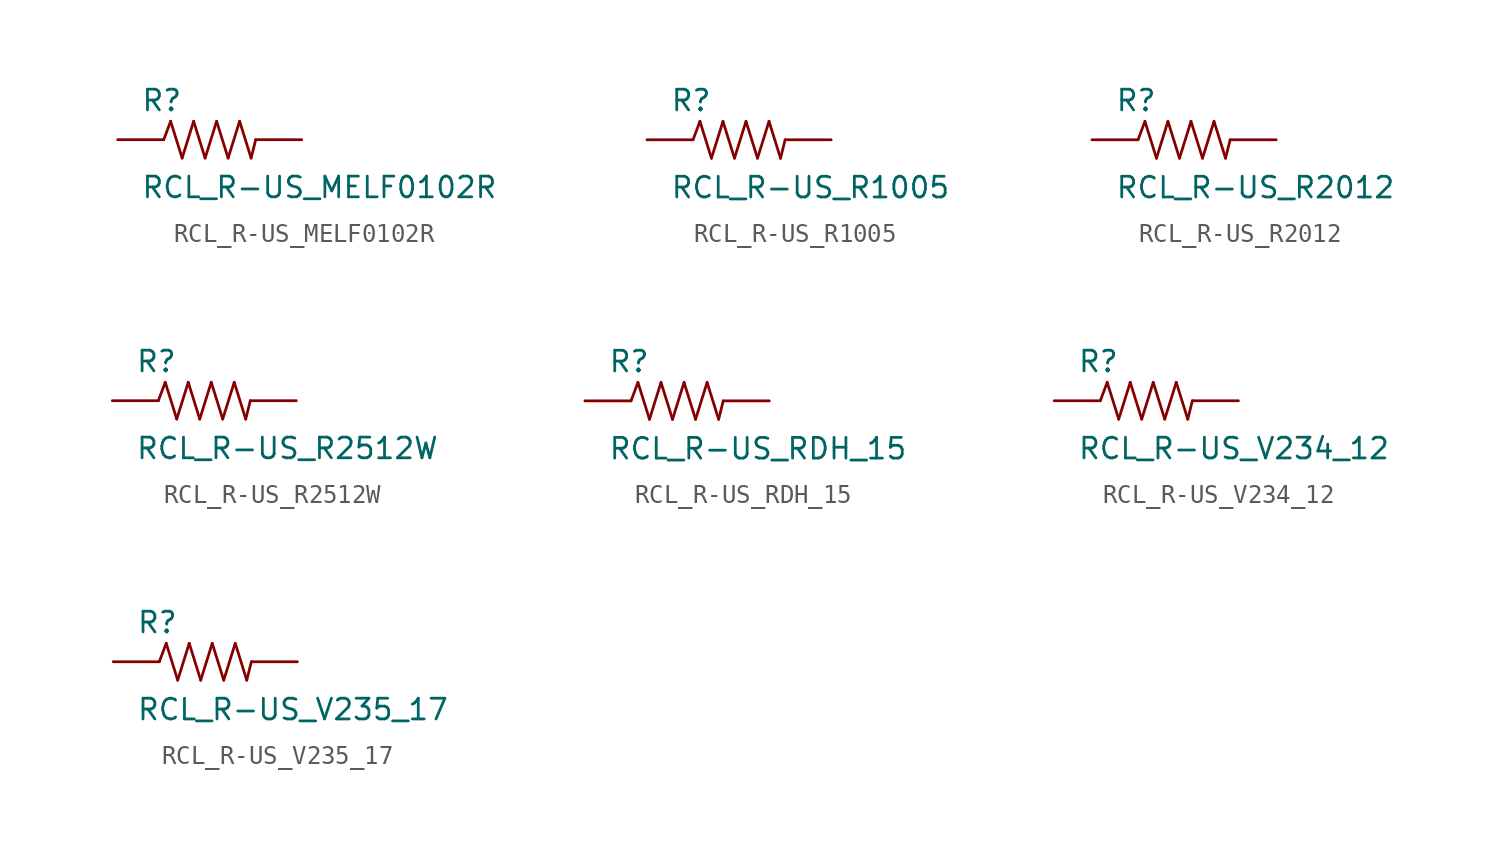
<source format=kicad_sym>
(kicad_symbol_lib
  (version 20210619)
  (generator kicad_symbol_editor)
  (symbol "RCL_R-US_MELF0102R"
    (pin_numbers hide)
    (pin_names
      (offset 1.016) hide)
    (property "Reference" "R"
      (at -3.81 1.499 0)
      (effects (font (size 1.143 1.143)) (justify left bottom)))
    (property "Value" "RCL_R-US_MELF0102R"
      (at -3.81 -3.302 0)
      (effects (font (size 1.143 1.143)) (justify left bottom)))
    (property "ki_locked" ""
      (at 0 0 0)
      (effects (font (size 1.27 1.27))))
    (symbol "RCL_R-US_MELF0102R_1_0"
      (polyline (pts (xy -2.54 0) (xy -2.159 1.016)) (stroke (width 0)) (fill (type none)))
      (polyline (pts (xy -2.159 1.016) (xy -1.524 -1.016)) (stroke (width 0)) (fill (type none)))
      (polyline (pts (xy -1.524 -1.016) (xy -0.889 1.016)) (stroke (width 0)) (fill (type none)))
      (polyline (pts (xy -0.889 1.016) (xy -0.254 -1.016)) (stroke (width 0)) (fill (type none)))
      (polyline (pts (xy -0.254 -1.016) (xy 0.381 1.016)) (stroke (width 0)) (fill (type none)))
      (polyline (pts (xy 0.381 1.016) (xy 1.016 -1.016)) (stroke (width 0)) (fill (type none)))
      (polyline (pts (xy 1.016 -1.016) (xy 1.651 1.016)) (stroke (width 0)) (fill (type none)))
      (polyline (pts (xy 1.651 1.016) (xy 2.286 -1.016)) (stroke (width 0)) (fill (type none)))
      (polyline (pts (xy 2.286 -1.016) (xy 2.54 0)) (stroke (width 0)) (fill (type none))))
    (symbol "RCL_R-US_MELF0102R_1_1"
      (pin passive line (at -5.08 0 0) (length 2.54) (name "1" (effects (font (size 1.016 1.016)))) (number "1" (effects (font (size 1.016 1.016)))))
      (pin passive line (at 5.08 0 180) (length 2.54) (name "2" (effects (font (size 1.016 1.016)))) (number "2" (effects (font (size 1.016 1.016)))))))
  (symbol "RCL_R-US_R1005"
    (pin_numbers hide)
    (pin_names
      (offset 1.016) hide)
    (property "Reference" "R"
      (at -3.81 1.499 0)
      (effects (font (size 1.143 1.143)) (justify left bottom)))
    (property "Value" "RCL_R-US_R1005"
      (at -3.81 -3.302 0)
      (effects (font (size 1.143 1.143)) (justify left bottom)))
    (property "ki_locked" ""
      (at 0 0 0)
      (effects (font (size 1.27 1.27))))
    (symbol "RCL_R-US_R1005_1_0"
      (polyline (pts (xy -2.54 0) (xy -2.159 1.016)) (stroke (width 0)) (fill (type none)))
      (polyline (pts (xy -2.159 1.016) (xy -1.524 -1.016)) (stroke (width 0)) (fill (type none)))
      (polyline (pts (xy -1.524 -1.016) (xy -0.889 1.016)) (stroke (width 0)) (fill (type none)))
      (polyline (pts (xy -0.889 1.016) (xy -0.254 -1.016)) (stroke (width 0)) (fill (type none)))
      (polyline (pts (xy -0.254 -1.016) (xy 0.381 1.016)) (stroke (width 0)) (fill (type none)))
      (polyline (pts (xy 0.381 1.016) (xy 1.016 -1.016)) (stroke (width 0)) (fill (type none)))
      (polyline (pts (xy 1.016 -1.016) (xy 1.651 1.016)) (stroke (width 0)) (fill (type none)))
      (polyline (pts (xy 1.651 1.016) (xy 2.286 -1.016)) (stroke (width 0)) (fill (type none)))
      (polyline (pts (xy 2.286 -1.016) (xy 2.54 0)) (stroke (width 0)) (fill (type none))))
    (symbol "RCL_R-US_R1005_1_1"
      (pin passive line (at -5.08 0 0) (length 2.54) (name "1" (effects (font (size 1.016 1.016)))) (number "1" (effects (font (size 1.016 1.016)))))
      (pin passive line (at 5.08 0 180) (length 2.54) (name "2" (effects (font (size 1.016 1.016)))) (number "2" (effects (font (size 1.016 1.016)))))))
  (symbol "RCL_R-US_R2012"
    (pin_numbers hide)
    (pin_names
      (offset 1.016) hide)
    (property "Reference" "R"
      (at -3.81 1.499 0)
      (effects (font (size 1.143 1.143)) (justify left bottom)))
    (property "Value" "RCL_R-US_R2012"
      (at -3.81 -3.302 0)
      (effects (font (size 1.143 1.143)) (justify left bottom)))
    (property "ki_locked" ""
      (at 0 0 0)
      (effects (font (size 1.27 1.27))))
    (symbol "RCL_R-US_R2012_1_0"
      (polyline (pts (xy -2.54 0) (xy -2.159 1.016)) (stroke (width 0)) (fill (type none)))
      (polyline (pts (xy -2.159 1.016) (xy -1.524 -1.016)) (stroke (width 0)) (fill (type none)))
      (polyline (pts (xy -1.524 -1.016) (xy -0.889 1.016)) (stroke (width 0)) (fill (type none)))
      (polyline (pts (xy -0.889 1.016) (xy -0.254 -1.016)) (stroke (width 0)) (fill (type none)))
      (polyline (pts (xy -0.254 -1.016) (xy 0.381 1.016)) (stroke (width 0)) (fill (type none)))
      (polyline (pts (xy 0.381 1.016) (xy 1.016 -1.016)) (stroke (width 0)) (fill (type none)))
      (polyline (pts (xy 1.016 -1.016) (xy 1.651 1.016)) (stroke (width 0)) (fill (type none)))
      (polyline (pts (xy 1.651 1.016) (xy 2.286 -1.016)) (stroke (width 0)) (fill (type none)))
      (polyline (pts (xy 2.286 -1.016) (xy 2.54 0)) (stroke (width 0)) (fill (type none))))
    (symbol "RCL_R-US_R2012_1_1"
      (pin passive line (at -5.08 0 0) (length 2.54) (name "1" (effects (font (size 1.016 1.016)))) (number "1" (effects (font (size 1.016 1.016)))))
      (pin passive line (at 5.08 0 180) (length 2.54) (name "2" (effects (font (size 1.016 1.016)))) (number "2" (effects (font (size 1.016 1.016)))))))
  (symbol "RCL_R-US_R2512W"
    (pin_numbers hide)
    (pin_names
      (offset 1.016) hide)
    (property "Reference" "R"
      (at -3.81 1.499 0)
      (effects (font (size 1.143 1.143)) (justify left bottom)))
    (property "Value" "RCL_R-US_R2512W"
      (at -3.81 -3.302 0)
      (effects (font (size 1.143 1.143)) (justify left bottom)))
    (property "ki_locked" ""
      (at 0 0 0)
      (effects (font (size 1.27 1.27))))
    (symbol "RCL_R-US_R2512W_1_0"
      (polyline (pts (xy -2.54 0) (xy -2.159 1.016)) (stroke (width 0)) (fill (type none)))
      (polyline (pts (xy -2.159 1.016) (xy -1.524 -1.016)) (stroke (width 0)) (fill (type none)))
      (polyline (pts (xy -1.524 -1.016) (xy -0.889 1.016)) (stroke (width 0)) (fill (type none)))
      (polyline (pts (xy -0.889 1.016) (xy -0.254 -1.016)) (stroke (width 0)) (fill (type none)))
      (polyline (pts (xy -0.254 -1.016) (xy 0.381 1.016)) (stroke (width 0)) (fill (type none)))
      (polyline (pts (xy 0.381 1.016) (xy 1.016 -1.016)) (stroke (width 0)) (fill (type none)))
      (polyline (pts (xy 1.016 -1.016) (xy 1.651 1.016)) (stroke (width 0)) (fill (type none)))
      (polyline (pts (xy 1.651 1.016) (xy 2.286 -1.016)) (stroke (width 0)) (fill (type none)))
      (polyline (pts (xy 2.286 -1.016) (xy 2.54 0)) (stroke (width 0)) (fill (type none))))
    (symbol "RCL_R-US_R2512W_1_1"
      (pin passive line (at -5.08 0 0) (length 2.54) (name "1" (effects (font (size 1.016 1.016)))) (number "1" (effects (font (size 1.016 1.016)))))
      (pin passive line (at 5.08 0 180) (length 2.54) (name "2" (effects (font (size 1.016 1.016)))) (number "2" (effects (font (size 1.016 1.016)))))))
  (symbol "RCL_R-US_RDH_15"
    (pin_numbers hide)
    (pin_names
      (offset 1.016) hide)
    (property "Reference" "R"
      (at -3.81 1.499 0)
      (effects (font (size 1.143 1.143)) (justify left bottom)))
    (property "Value" "RCL_R-US_RDH_15"
      (at -3.81 -3.302 0)
      (effects (font (size 1.143 1.143)) (justify left bottom)))
    (property "ki_locked" ""
      (at 0 0 0)
      (effects (font (size 1.27 1.27))))
    (symbol "RCL_R-US_RDH_15_1_0"
      (polyline (pts (xy -2.54 0) (xy -2.159 1.016)) (stroke (width 0)) (fill (type none)))
      (polyline (pts (xy -2.159 1.016) (xy -1.524 -1.016)) (stroke (width 0)) (fill (type none)))
      (polyline (pts (xy -1.524 -1.016) (xy -0.889 1.016)) (stroke (width 0)) (fill (type none)))
      (polyline (pts (xy -0.889 1.016) (xy -0.254 -1.016)) (stroke (width 0)) (fill (type none)))
      (polyline (pts (xy -0.254 -1.016) (xy 0.381 1.016)) (stroke (width 0)) (fill (type none)))
      (polyline (pts (xy 0.381 1.016) (xy 1.016 -1.016)) (stroke (width 0)) (fill (type none)))
      (polyline (pts (xy 1.016 -1.016) (xy 1.651 1.016)) (stroke (width 0)) (fill (type none)))
      (polyline (pts (xy 1.651 1.016) (xy 2.286 -1.016)) (stroke (width 0)) (fill (type none)))
      (polyline (pts (xy 2.286 -1.016) (xy 2.54 0)) (stroke (width 0)) (fill (type none))))
    (symbol "RCL_R-US_RDH_15_1_1"
      (pin passive line (at -5.08 0 0) (length 2.54) (name "1" (effects (font (size 1.016 1.016)))) (number "1" (effects (font (size 1.016 1.016)))))
      (pin passive line (at 5.08 0 180) (length 2.54) (name "2" (effects (font (size 1.016 1.016)))) (number "2" (effects (font (size 1.016 1.016)))))))
  (symbol "RCL_R-US_V234_12"
    (pin_numbers hide)
    (pin_names
      (offset 1.016) hide)
    (property "Reference" "R"
      (at -3.81 1.499 0)
      (effects (font (size 1.143 1.143)) (justify left bottom)))
    (property "Value" "RCL_R-US_V234_12"
      (at -3.81 -3.302 0)
      (effects (font (size 1.143 1.143)) (justify left bottom)))
    (property "ki_locked" ""
      (at 0 0 0)
      (effects (font (size 1.27 1.27))))
    (symbol "RCL_R-US_V234_12_1_0"
      (polyline (pts (xy -2.54 0) (xy -2.159 1.016)) (stroke (width 0)) (fill (type none)))
      (polyline (pts (xy -2.159 1.016) (xy -1.524 -1.016)) (stroke (width 0)) (fill (type none)))
      (polyline (pts (xy -1.524 -1.016) (xy -0.889 1.016)) (stroke (width 0)) (fill (type none)))
      (polyline (pts (xy -0.889 1.016) (xy -0.254 -1.016)) (stroke (width 0)) (fill (type none)))
      (polyline (pts (xy -0.254 -1.016) (xy 0.381 1.016)) (stroke (width 0)) (fill (type none)))
      (polyline (pts (xy 0.381 1.016) (xy 1.016 -1.016)) (stroke (width 0)) (fill (type none)))
      (polyline (pts (xy 1.016 -1.016) (xy 1.651 1.016)) (stroke (width 0)) (fill (type none)))
      (polyline (pts (xy 1.651 1.016) (xy 2.286 -1.016)) (stroke (width 0)) (fill (type none)))
      (polyline (pts (xy 2.286 -1.016) (xy 2.54 0)) (stroke (width 0)) (fill (type none))))
    (symbol "RCL_R-US_V234_12_1_1"
      (pin passive line (at -5.08 0 0) (length 2.54) (name "1" (effects (font (size 1.016 1.016)))) (number "1" (effects (font (size 1.016 1.016)))))
      (pin passive line (at 5.08 0 180) (length 2.54) (name "2" (effects (font (size 1.016 1.016)))) (number "2" (effects (font (size 1.016 1.016)))))))
  (symbol "RCL_R-US_V235_17"
    (pin_numbers hide)
    (pin_names
      (offset 1.016) hide)
    (property "Reference" "R"
      (at -3.81 1.499 0)
      (effects (font (size 1.143 1.143)) (justify left bottom)))
    (property "Value" "RCL_R-US_V235_17"
      (at -3.81 -3.302 0)
      (effects (font (size 1.143 1.143)) (justify left bottom)))
    (property "ki_locked" ""
      (at 0 0 0)
      (effects (font (size 1.27 1.27))))
    (symbol "RCL_R-US_V235_17_1_0"
      (polyline (pts (xy -2.54 0) (xy -2.159 1.016)) (stroke (width 0)) (fill (type none)))
      (polyline (pts (xy -2.159 1.016) (xy -1.524 -1.016)) (stroke (width 0)) (fill (type none)))
      (polyline (pts (xy -1.524 -1.016) (xy -0.889 1.016)) (stroke (width 0)) (fill (type none)))
      (polyline (pts (xy -0.889 1.016) (xy -0.254 -1.016)) (stroke (width 0)) (fill (type none)))
      (polyline (pts (xy -0.254 -1.016) (xy 0.381 1.016)) (stroke (width 0)) (fill (type none)))
      (polyline (pts (xy 0.381 1.016) (xy 1.016 -1.016)) (stroke (width 0)) (fill (type none)))
      (polyline (pts (xy 1.016 -1.016) (xy 1.651 1.016)) (stroke (width 0)) (fill (type none)))
      (polyline (pts (xy 1.651 1.016) (xy 2.286 -1.016)) (stroke (width 0)) (fill (type none)))
      (polyline (pts (xy 2.286 -1.016) (xy 2.54 0)) (stroke (width 0)) (fill (type none))))
    (symbol "RCL_R-US_V235_17_1_1"
      (pin passive line (at -5.08 0 0) (length 2.54) (name "1" (effects (font (size 1.016 1.016)))) (number "1" (effects (font (size 1.016 1.016)))))
      (pin passive line (at 5.08 0 180) (length 2.54) (name "2" (effects (font (size 1.016 1.016)))) (number "2" (effects (font (size 1.016 1.016))))))))
</source>
